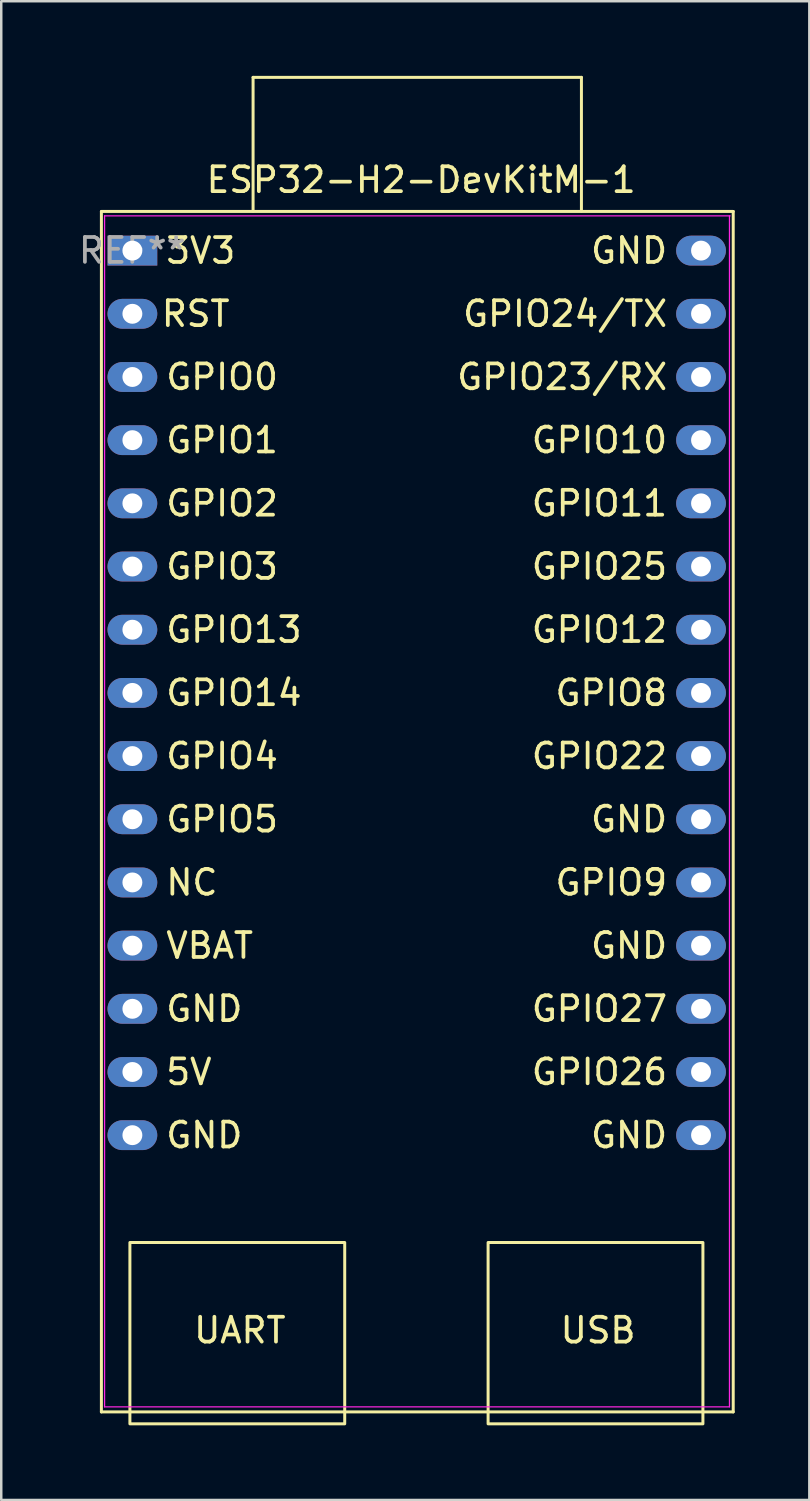
<source format=kicad_pcb>
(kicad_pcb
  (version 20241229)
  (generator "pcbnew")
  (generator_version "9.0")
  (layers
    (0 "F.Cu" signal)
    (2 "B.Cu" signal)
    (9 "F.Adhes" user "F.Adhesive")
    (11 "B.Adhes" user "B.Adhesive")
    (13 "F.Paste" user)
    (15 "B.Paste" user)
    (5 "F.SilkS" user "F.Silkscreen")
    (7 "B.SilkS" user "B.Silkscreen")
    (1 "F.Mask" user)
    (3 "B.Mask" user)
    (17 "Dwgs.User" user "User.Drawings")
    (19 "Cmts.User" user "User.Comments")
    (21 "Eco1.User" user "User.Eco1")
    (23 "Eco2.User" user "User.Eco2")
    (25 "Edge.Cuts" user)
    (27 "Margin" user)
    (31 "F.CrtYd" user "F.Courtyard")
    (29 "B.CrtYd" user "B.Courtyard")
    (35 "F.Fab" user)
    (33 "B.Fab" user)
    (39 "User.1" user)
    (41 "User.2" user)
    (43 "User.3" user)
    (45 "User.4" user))
  (footprint "ESP32-H2-DevKitM-1"
    (layer "F.Cu")
    (at 2.272 7.025)
    (property "Reference" "ESP32-H2-DevKitM-1" (at 11.608 -2.845 0) (layer "F.SilkS") (effects (font (size 1 1) (thickness 0.15))))
    (attr through_hole)
    (fp_line (start -1.246 -1.575) (end -1.246 46.685) (stroke (width 0.12) (type solid)) (layer "F.SilkS"))
    (fp_line (start -1.246 46.685) (end 24.154 46.685) (stroke (width 0.12) (type solid)) (layer "F.SilkS"))
    (fp_line (start 4.852 -6.965) (end 18.052 -6.965) (stroke (width 0.12) (type solid)) (layer "F.SilkS"))
    (fp_line (start 4.852 -1.595) (end 4.852 -6.965) (stroke (width 0.12) (type solid)) (layer "F.SilkS"))
    (fp_line (start 18.052 -6.965) (end 18.052 -1.595) (stroke (width 0.12) (type solid)) (layer "F.SilkS"))
    (fp_line (start 24.154 -1.575) (end -1.246 -1.575) (stroke (width 0.12) (type solid)) (layer "F.SilkS"))
    (fp_line (start 24.154 46.685) (end 24.154 -1.575) (stroke (width 0.12) (type solid)) (layer "F.SilkS"))
    (fp_rect (start -0.1 39.875) (end 8.536 47.165) (stroke (width 0.12) (type solid)) (fill no) (layer "F.SilkS"))
    (fp_rect (start 14.3 39.875) (end 22.936 47.165) (stroke (width 0.12) (type solid)) (fill no) (layer "F.SilkS"))
    (fp_line (start -1.118 -1.397) (end 24.028 -1.397) (stroke (width 0.05) (type default)) (layer "F.CrtYd"))
    (fp_line (start -1.118 46.482) (end -1.118 -1.397) (stroke (width 0.05) (type default)) (layer "F.CrtYd"))
    (fp_line (start 24.003 -1.397) (end 24.003 46.482) (stroke (width 0.05) (type default)) (layer "F.CrtYd"))
    (fp_line (start 24.003 46.482) (end -1.118 46.482) (stroke (width 0.05) (type default)) (layer "F.CrtYd"))
    (fp_text user "GND" (at 21.59 0 0) (unlocked yes) (layer "F.SilkS") (effects (font (size 1 1) (thickness 0.15)) (justify right)))
    (fp_text user "GND" (at 21.59 35.56 0) (unlocked yes) (layer "F.SilkS") (effects (font (size 1 1) (thickness 0.15)) (justify right)))
    (fp_text user "5V" (at 1.27 33.02 0) (unlocked yes) (layer "F.SilkS") (effects (font (size 1 1) (thickness 0.15)) (justify left)))
    (fp_text user "GPIO24/TX" (at 21.59 2.54 0) (unlocked yes) (layer "F.SilkS") (effects (font (size 1 1) (thickness 0.15)) (justify right)))
    (fp_text user "GPIO26" (at 21.59 33.02 0) (unlocked yes) (layer "F.SilkS") (effects (font (size 1 1) (thickness 0.15)) (justify right)))
    (fp_text user "UART" (at 4.32 43.99 0) (unlocked yes) (layer "F.SilkS") (effects (font (size 1 1) (thickness 0.15)) (justify bottom)))
    (fp_text user "GPIO8" (at 21.59 17.78 0) (unlocked yes) (layer "F.SilkS") (effects (font (size 1 1) (thickness 0.15)) (justify right)))
    (fp_text user "GPIO23/RX" (at 21.59 5.08 0) (unlocked yes) (layer "F.SilkS") (effects (font (size 1 1) (thickness 0.15)) (justify right)))
    (fp_text user "GPIO3" (at 1.27 12.7 0) (unlocked yes) (layer "F.SilkS") (effects (font (size 1 1) (thickness 0.15)) (justify left)))
    (fp_text user "GPIO10" (at 21.59 7.62 0) (unlocked yes) (layer "F.SilkS") (effects (font (size 1 1) (thickness 0.15)) (justify right)))
    (fp_text user "GPIO5" (at 1.27 22.86 0) (unlocked yes) (layer "F.SilkS") (effects (font (size 1 1) (thickness 0.15)) (justify left)))
    (fp_text user "GPIO22" (at 21.59 20.32 0) (unlocked yes) (layer "F.SilkS") (effects (font (size 1 1) (thickness 0.15)) (justify right)))
    (fp_text user "GPIO11" (at 21.59 10.16 0) (unlocked yes) (layer "F.SilkS") (effects (font (size 1 1) (thickness 0.15)) (justify right)))
    (fp_text user "GPIO0" (at 1.27 5.08 0) (unlocked yes) (layer "F.SilkS") (effects (font (size 1 1) (thickness 0.15)) (justify left)))
    (fp_text user "GPIO12" (at 21.59 15.24 0) (unlocked yes) (layer "F.SilkS") (effects (font (size 1 1) (thickness 0.15)) (justify right)))
    (fp_text user "GPIO4" (at 1.27 20.32 0) (unlocked yes) (layer "F.SilkS") (effects (font (size 1 1) (thickness 0.15)) (justify left)))
    (fp_text user "GND" (at 21.59 22.86 0) (unlocked yes) (layer "F.SilkS") (effects (font (size 1 1) (thickness 0.15)) (justify right)))
    (fp_text user "GND" (at 1.27 30.48 0) (unlocked yes) (layer "F.SilkS") (effects (font (size 1 1) (thickness 0.15)) (justify left)))
    (fp_text user "GPIO2" (at 1.27 10.16 0) (unlocked yes) (layer "F.SilkS") (effects (font (size 1 1) (thickness 0.15)) (justify left)))
    (fp_text user "VBAT" (at 1.27 27.94 0) (unlocked yes) (layer "F.SilkS") (effects (font (size 1 1) (thickness 0.15)) (justify left)))
    (fp_text user "GPIO27" (at 21.59 30.48 0) (unlocked yes) (layer "F.SilkS") (effects (font (size 1 1) (thickness 0.15)) (justify right)))
    (fp_text user "GPIO25" (at 21.59 12.7 0) (unlocked yes) (layer "F.SilkS") (effects (font (size 1 1) (thickness 0.15)) (justify right)))
    (fp_text user "GPIO14" (at 1.27 17.78 0) (unlocked yes) (layer "F.SilkS") (effects (font (size 1 1) (thickness 0.15)) (justify left)))
    (fp_text user "GPIO1" (at 1.27 7.62 0) (unlocked yes) (layer "F.SilkS") (effects (font (size 1 1) (thickness 0.15)) (justify left)))
    (fp_text user "GPIO13" (at 1.27 15.24 0) (unlocked yes) (layer "F.SilkS") (effects (font (size 1 1) (thickness 0.15)) (justify left)))
    (fp_text user "USB" (at 18.72 43.99 0) (unlocked yes) (layer "F.SilkS") (effects (font (size 1 1) (thickness 0.15)) (justify bottom)))
    (fp_text user "RST" (at 4 2.54 0) (unlocked yes) (layer "F.SilkS") (effects (font (size 1 1) (thickness 0.15)) (justify right)))
    (fp_text user "GPIO9" (at 21.59 25.4 0) (unlocked yes) (layer "F.SilkS") (effects (font (size 1 1) (thickness 0.15)) (justify right)))
    (fp_text user "GND" (at 1.27 35.56 0) (unlocked yes) (layer "F.SilkS") (effects (font (size 1 1) (thickness 0.15)) (justify left)))
    (fp_text user "NC" (at 1.27 25.4 0) (unlocked yes) (layer "F.SilkS") (effects (font (size 1 1) (thickness 0.15)) (justify left)))
    (fp_text user "3V3" (at 1.27 0 0) (unlocked yes) (layer "F.SilkS") (effects (font (size 1 1) (thickness 0.15)) (justify left)))
    (fp_text user "GND" (at 21.59 27.94 0) (unlocked yes) (layer "F.SilkS") (effects (font (size 1 1) (thickness 0.15)) (justify right)))
    (fp_text user "REF**" (at -0.004 -0.003 0) (layer "F.Fab") (effects (font (size 1 1) (thickness 0.15))))
    (pad "1" thru_hole rect (at 0 0 270) (size 1.2 2) (drill 0.8) (layers "*.Cu" "*.Mask"))
    (pad "2" thru_hole oval (at 0 2.54 270) (size 1.2 2) (drill 0.8) (layers "*.Cu" "*.Mask"))
    (pad "3" thru_hole oval (at 0 5.08 270) (size 1.2 2) (drill 0.8) (layers "*.Cu" "*.Mask"))
    (pad "4" thru_hole oval (at 0 7.62 270) (size 1.2 2) (drill 0.8) (layers "*.Cu" "*.Mask"))
    (pad "5" thru_hole oval (at 0 10.16 270) (size 1.2 2) (drill 0.8) (layers "*.Cu" "*.Mask"))
    (pad "6" thru_hole oval (at 0 12.7 270) (size 1.2 2) (drill 0.8) (layers "*.Cu" "*.Mask"))
    (pad "7" thru_hole oval (at 0 15.24 270) (size 1.2 2) (drill 0.8) (layers "*.Cu" "*.Mask"))
    (pad "8" thru_hole oval (at 0 17.78 270) (size 1.2 2) (drill 0.8) (layers "*.Cu" "*.Mask"))
    (pad "9" thru_hole oval (at 0 20.32 270) (size 1.2 2) (drill 0.8) (layers "*.Cu" "*.Mask"))
    (pad "10" thru_hole oval (at 0 22.86 270) (size 1.2 2) (drill 0.8) (layers "*.Cu" "*.Mask"))
    (pad "11" thru_hole oval (at 0 25.4 270) (size 1.2 2) (drill 0.8) (layers "*.Cu" "*.Mask"))
    (pad "12" thru_hole oval (at 0 27.94 270) (size 1.2 2) (drill 0.8) (layers "*.Cu" "*.Mask"))
    (pad "13" thru_hole oval (at 0 30.48 270) (size 1.2 2) (drill 0.8) (layers "*.Cu" "*.Mask"))
    (pad "14" thru_hole oval (at 0 33.02 270) (size 1.2 2) (drill 0.8) (layers "*.Cu" "*.Mask"))
    (pad "15" thru_hole oval (at 0 35.56 270) (size 1.2 2) (drill 0.8) (layers "*.Cu" "*.Mask"))
    (pad "16" thru_hole oval (at 22.86 35.56 270) (size 1.2 2) (drill 0.8) (layers "*.Cu" "*.Mask"))
    (pad "17" thru_hole oval (at 22.86 33.02 270) (size 1.2 2) (drill 0.8) (layers "*.Cu" "*.Mask"))
    (pad "18" thru_hole oval (at 22.86 30.48 270) (size 1.2 2) (drill 0.8) (layers "*.Cu" "*.Mask"))
    (pad "19" thru_hole oval (at 22.86 27.94 270) (size 1.2 2) (drill 0.8) (layers "*.Cu" "*.Mask"))
    (pad "20" thru_hole oval (at 22.86 25.4 270) (size 1.2 2) (drill 0.8) (layers "*.Cu" "*.Mask"))
    (pad "21" thru_hole oval (at 22.86 22.86 270) (size 1.2 2) (drill 0.8) (layers "*.Cu" "*.Mask"))
    (pad "22" thru_hole oval (at 22.86 20.32 270) (size 1.2 2) (drill 0.8) (layers "*.Cu" "*.Mask"))
    (pad "23" thru_hole oval (at 22.86 17.78 270) (size 1.2 2) (drill 0.8) (layers "*.Cu" "*.Mask"))
    (pad "24" thru_hole oval (at 22.86 15.24 270) (size 1.2 2) (drill 0.8) (layers "*.Cu" "*.Mask"))
    (pad "25" thru_hole oval (at 22.86 12.7 270) (size 1.2 2) (drill 0.8) (layers "*.Cu" "*.Mask"))
    (pad "26" thru_hole oval (at 22.86 10.16 270) (size 1.2 2) (drill 0.8) (layers "*.Cu" "*.Mask"))
    (pad "27" thru_hole oval (at 22.86 7.62 270) (size 1.2 2) (drill 0.8) (layers "*.Cu" "*.Mask"))
    (pad "28" thru_hole oval (at 22.86 5.08 270) (size 1.2 2) (drill 0.8) (layers "*.Cu" "*.Mask"))
    (pad "29" thru_hole oval (at 22.86 2.54 270) (size 1.2 2) (drill 0.8) (layers "*.Cu" "*.Mask"))
    (pad "30" thru_hole oval (at 22.86 0 270) (size 1.2 2) (drill 0.8) (layers "*.Cu" "*.Mask")))
  (gr_rect
    (start -3 -3)
    (end 29.486 57.25)
    (stroke (width 0.1) (type default))
    (fill no)
    (layer "Edge.Cuts")))
</source>
